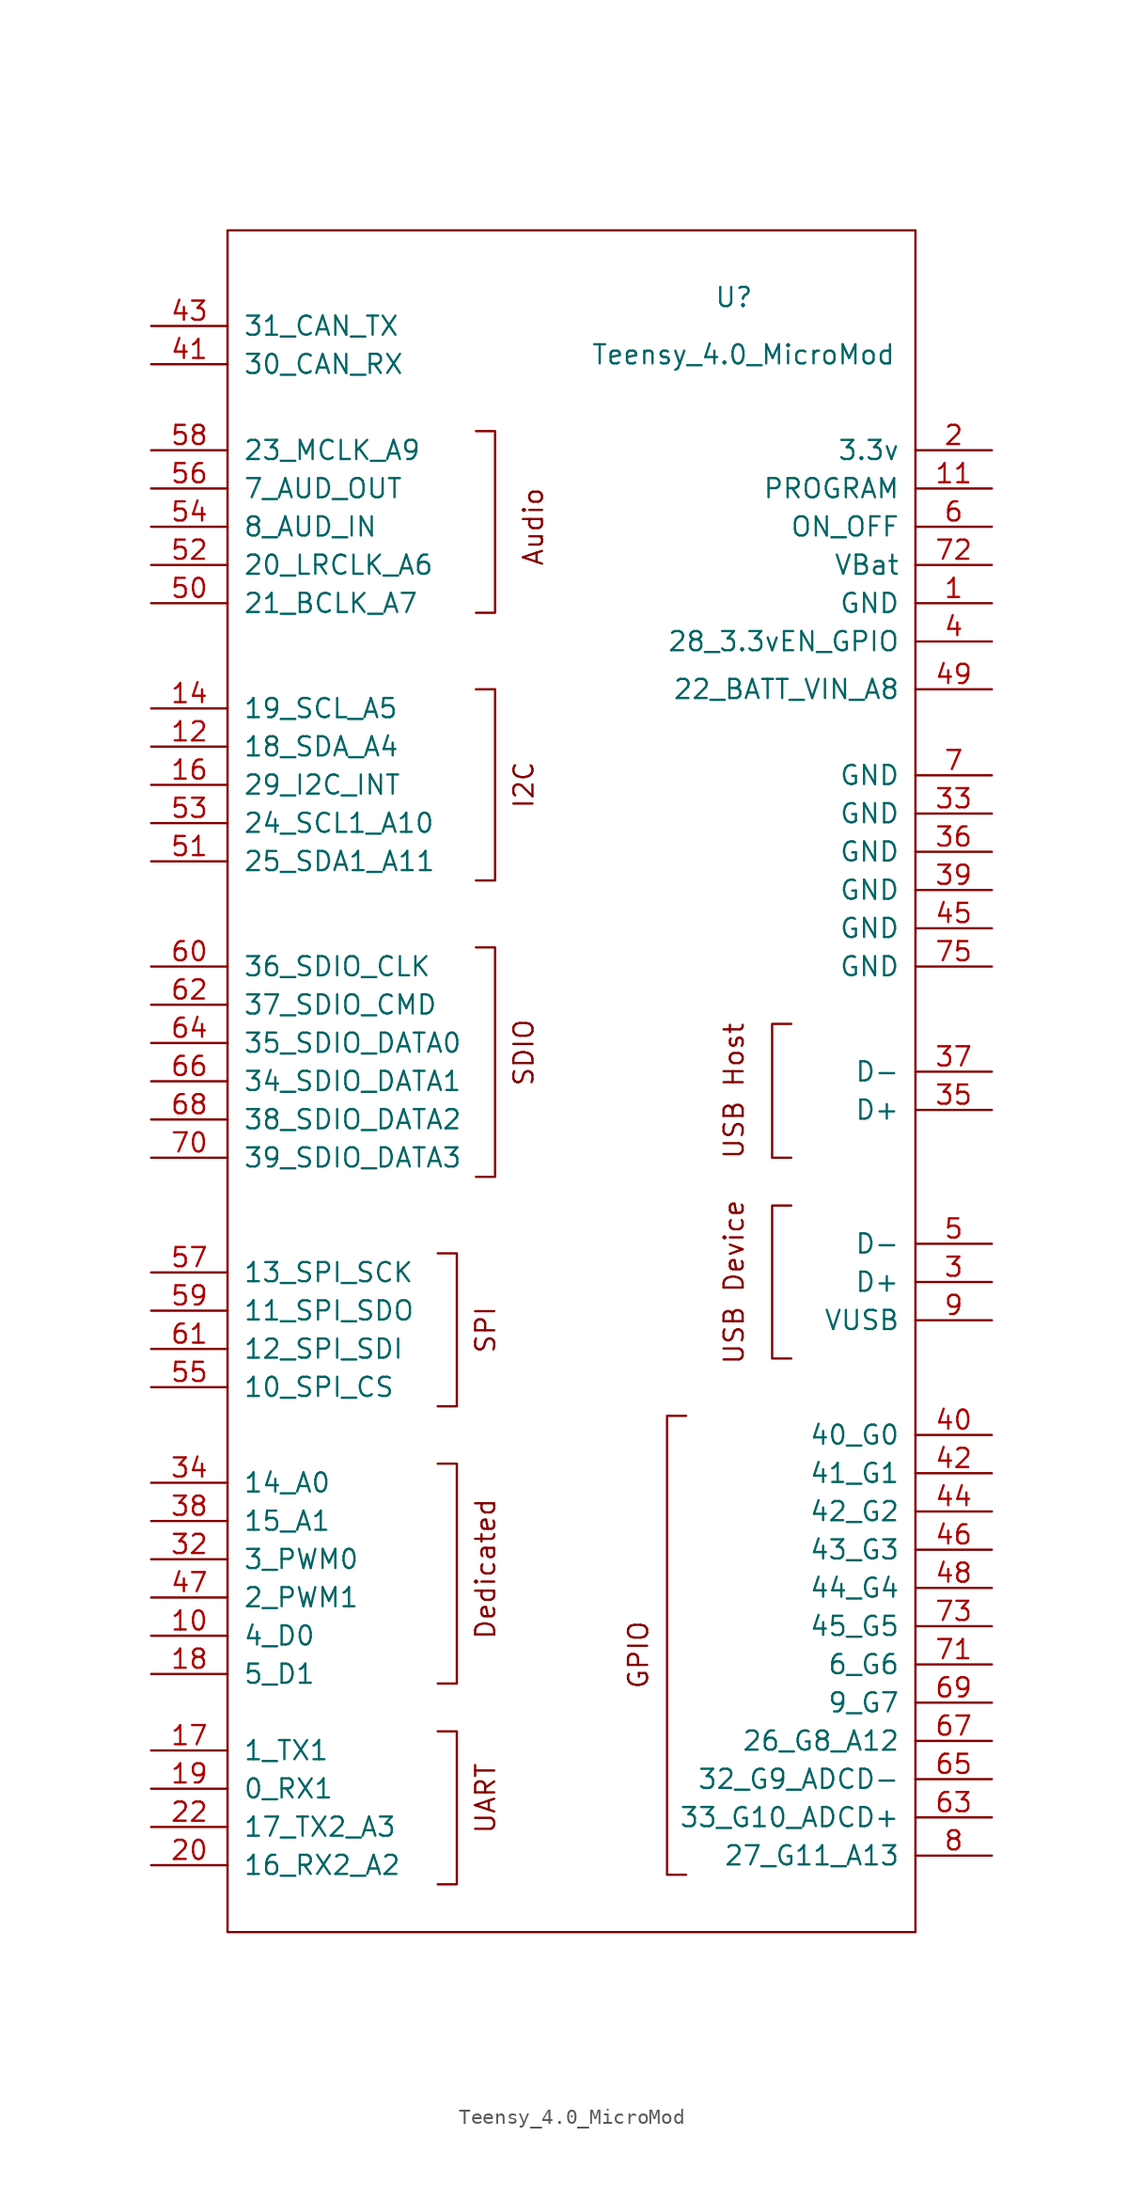
<source format=kicad_sym>
(kicad_symbol_lib
  (version 20241209)
  (generator "kicad_symbol_editor")
  (generator_version "9.0")
  (symbol "Teensy_4.0_MicroMod"
    (pin_names
      (offset 1.016))
    (property "Reference" "U"
      (at 10.795 33.02 0)
      (effects (font (size 1.27 1.27))))
    (property "Value" "Teensy_4.0_MicroMod"
      (at 11.43 29.21 0)
      (effects (font (size 1.27 1.27))))
    (symbol "Teensy_4.0_MicroMod_0_0"
      (rectangle (start -22.86 37.465) (end 22.86 -75.565) (stroke (width 0) (type solid)) (fill (type none)))
      (polyline (pts (xy -8.89 -30.48) (xy -7.62 -30.48) (xy -7.62 -40.64) (xy -8.89 -40.64)) (stroke (width 0) (type solid)) (fill (type none)))
      (polyline (pts (xy -8.89 -44.45) (xy -7.62 -44.45) (xy -7.62 -59.055) (xy -8.89 -59.055)) (stroke (width 0) (type solid)) (fill (type none)))
      (polyline (pts (xy -8.89 -62.23) (xy -7.62 -62.23) (xy -7.62 -72.39) (xy -8.89 -72.39)) (stroke (width 0) (type solid)) (fill (type none)))
      (polyline (pts (xy -6.35 12.065) (xy -5.08 12.065) (xy -5.08 24.13) (xy -6.35 24.13)) (stroke (width 0) (type solid)) (fill (type none)))
      (polyline (pts (xy -6.35 6.985) (xy -5.08 6.985) (xy -5.08 -5.715) (xy -6.35 -5.715)) (stroke (width 0) (type solid)) (fill (type none)))
      (polyline (pts (xy -6.35 -10.16) (xy -5.08 -10.16) (xy -5.08 -25.4) (xy -6.35 -25.4)) (stroke (width 0) (type solid)) (fill (type none)))
      (polyline (pts (xy 7.62 -41.275) (xy 6.35 -41.275) (xy 6.35 -71.755) (xy 7.62 -71.755)) (stroke (width 0) (type solid)) (fill (type none)))
      (text "SPI" (at -5.715 -35.56 900) (effects (font (size 1.27 1.27))))
      (text "Dedicated" (at -5.715 -51.435 900) (effects (font (size 1.27 1.27))))
      (text "UART" (at -5.715 -66.675 900) (effects (font (size 1.27 1.27))))
      (text "I2C" (at -3.175 0.635 900) (effects (font (size 1.27 1.27))))
      (text "SDIO" (at -3.175 -17.145 900) (effects (font (size 1.27 1.27))))
      (text "Audio" (at -2.54 17.78 900) (effects (font (size 1.27 1.27))))
      (text "GPIO" (at 4.445 -57.15 900) (effects (font (size 1.27 1.27))))
      (text "USB Host" (at 10.795 -19.685 900) (effects (font (size 1.27 1.27))))
      (text "USB Device" (at 10.795 -32.385 900) (effects (font (size 1.27 1.27))))
      (pin input line (at 27.94 20.32 180) (length 5.08) (name "PROGRAM" (effects (font (size 1.27 1.27)))) (number "11" (effects (font (size 1.27 1.27)))))
      (pin input line (at 27.94 17.78 180) (length 5.08) (name "ON_OFF" (effects (font (size 1.27 1.27)))) (number "6" (effects (font (size 1.27 1.27)))))
      (pin input line (at 27.94 15.24 180) (length 5.08) (name "VBat" (effects (font (size 1.27 1.27)))) (number "72" (effects (font (size 1.27 1.27)))))
      (pin power_in line (at 27.94 1.27 180) (length 5.08) (name "GND" (effects (font (size 1.27 1.27)))) (number "7" (effects (font (size 1.27 1.27)))))
      (pin power_in line (at 27.94 -1.27 180) (length 5.08) (name "GND" (effects (font (size 1.27 1.27)))) (number "33" (effects (font (size 1.27 1.27)))))
      (pin power_in line (at 27.94 -3.81 180) (length 5.08) (name "GND" (effects (font (size 1.27 1.27)))) (number "36" (effects (font (size 1.27 1.27)))))
      (pin power_in line (at 27.94 -6.35 180) (length 5.08) (name "GND" (effects (font (size 1.27 1.27)))) (number "39" (effects (font (size 1.27 1.27)))))
      (pin power_in line (at 27.94 -8.89 180) (length 5.08) (name "GND" (effects (font (size 1.27 1.27)))) (number "45" (effects (font (size 1.27 1.27)))))
      (pin power_in line (at 27.94 -11.43 180) (length 5.08) (name "GND" (effects (font (size 1.27 1.27)))) (number "75" (effects (font (size 1.27 1.27)))))
      (pin bidirectional line (at 27.94 -18.415 180) (length 5.08) (name "D-" (effects (font (size 1.27 1.27)))) (number "37" (effects (font (size 1.27 1.27)))))
      (pin bidirectional line (at 27.94 -20.955 180) (length 5.08) (name "D+" (effects (font (size 1.27 1.27)))) (number "35" (effects (font (size 1.27 1.27)))))
      (pin bidirectional line (at 27.94 -29.845 180) (length 5.08) (name "D-" (effects (font (size 1.27 1.27)))) (number "5" (effects (font (size 1.27 1.27)))))
      (pin bidirectional line (at 27.94 -32.385 180) (length 5.08) (name "D+" (effects (font (size 1.27 1.27)))) (number "3" (effects (font (size 1.27 1.27)))))
      (pin power_in line (at 27.94 -34.925 180) (length 5.08) (name "VUSB" (effects (font (size 1.27 1.27)))) (number "9" (effects (font (size 1.27 1.27))))))
    (symbol "Teensy_4.0_MicroMod_0_1"
      (polyline (pts (xy 14.605 -15.24) (xy 13.335 -15.24) (xy 13.335 -24.13) (xy 14.605 -24.13)) (stroke (width 0) (type solid)) (fill (type none)))
      (polyline (pts (xy 14.605 -27.305) (xy 13.335 -27.305) (xy 13.335 -37.465) (xy 14.605 -37.465)) (stroke (width 0) (type solid)) (fill (type none))))
    (symbol "Teensy_4.0_MicroMod_1_1"
      (pin input line (at -27.94 31.115 0) (length 5.08) (name "31_CAN_TX" (effects (font (size 1.27 1.27)))) (number "43" (effects (font (size 1.27 1.27)))))
      (pin input line (at -27.94 28.575 0) (length 5.08) (name "30_CAN_RX" (effects (font (size 1.27 1.27)))) (number "41" (effects (font (size 1.27 1.27)))))
      (pin input line (at -27.94 22.86 0) (length 5.08) (name "23_MCLK_A9" (effects (font (size 1.27 1.27)))) (number "58" (effects (font (size 1.27 1.27)))))
      (pin input line (at -27.94 20.32 0) (length 5.08) (name "7_AUD_OUT" (effects (font (size 1.27 1.27)))) (number "56" (effects (font (size 1.27 1.27)))))
      (pin input line (at -27.94 17.78 0) (length 5.08) (name "8_AUD_IN" (effects (font (size 1.27 1.27)))) (number "54" (effects (font (size 1.27 1.27)))))
      (pin input line (at -27.94 15.24 0) (length 5.08) (name "20_LRCLK_A6" (effects (font (size 1.27 1.27)))) (number "52" (effects (font (size 1.27 1.27)))))
      (pin input line (at -27.94 12.7 0) (length 5.08) (name "21_BCLK_A7" (effects (font (size 1.27 1.27)))) (number "50" (effects (font (size 1.27 1.27)))))
      (pin input line (at -27.94 5.715 0) (length 5.08) (name "19_SCL_A5" (effects (font (size 1.27 1.27)))) (number "14" (effects (font (size 1.27 1.27)))))
      (pin input line (at -27.94 3.175 0) (length 5.08) (name "18_SDA_A4" (effects (font (size 1.27 1.27)))) (number "12" (effects (font (size 1.27 1.27)))))
      (pin input line (at -27.94 0.635 0) (length 5.08) (name "29_I2C_INT" (effects (font (size 1.27 1.27)))) (number "16" (effects (font (size 1.27 1.27)))))
      (pin input line (at -27.94 -1.905 0) (length 5.08) (name "24_SCL1_A10" (effects (font (size 1.27 1.27)))) (number "53" (effects (font (size 1.27 1.27)))))
      (pin input line (at -27.94 -4.445 0) (length 5.08) (name "25_SDA1_A11" (effects (font (size 1.27 1.27)))) (number "51" (effects (font (size 1.27 1.27)))))
      (pin input line (at -27.94 -11.43 0) (length 5.08) (name "36_SDIO_CLK" (effects (font (size 1.27 1.27)))) (number "60" (effects (font (size 1.27 1.27)))))
      (pin input line (at -27.94 -13.97 0) (length 5.08) (name "37_SDIO_CMD" (effects (font (size 1.27 1.27)))) (number "62" (effects (font (size 1.27 1.27)))))
      (pin input line (at -27.94 -16.51 0) (length 5.08) (name "35_SDIO_DATA0" (effects (font (size 1.27 1.27)))) (number "64" (effects (font (size 1.27 1.27)))))
      (pin input line (at -27.94 -19.05 0) (length 5.08) (name "34_SDIO_DATA1" (effects (font (size 1.27 1.27)))) (number "66" (effects (font (size 1.27 1.27)))))
      (pin input line (at -27.94 -21.59 0) (length 5.08) (name "38_SDIO_DATA2" (effects (font (size 1.27 1.27)))) (number "68" (effects (font (size 1.27 1.27)))))
      (pin input line (at -27.94 -24.13 0) (length 5.08) (name "39_SDIO_DATA3" (effects (font (size 1.27 1.27)))) (number "70" (effects (font (size 1.27 1.27)))))
      (pin input line (at -27.94 -31.75 0) (length 5.08) (name "13_SPI_SCK" (effects (font (size 1.27 1.27)))) (number "57" (effects (font (size 1.27 1.27)))))
      (pin input line (at -27.94 -34.29 0) (length 5.08) (name "11_SPI_SDO" (effects (font (size 1.27 1.27)))) (number "59" (effects (font (size 1.27 1.27)))))
      (pin input line (at -27.94 -36.83 0) (length 5.08) (name "12_SPI_SDI" (effects (font (size 1.27 1.27)))) (number "61" (effects (font (size 1.27 1.27)))))
      (pin input line (at -27.94 -39.37 0) (length 5.08) (name "10_SPI_CS" (effects (font (size 1.27 1.27)))) (number "55" (effects (font (size 1.27 1.27)))))
      (pin input line (at -27.94 -45.72 0) (length 5.08) (name "14_A0" (effects (font (size 1.27 1.27)))) (number "34" (effects (font (size 1.27 1.27)))))
      (pin input line (at -27.94 -48.26 0) (length 5.08) (name "15_A1" (effects (font (size 1.27 1.27)))) (number "38" (effects (font (size 1.27 1.27)))))
      (pin input line (at -27.94 -50.8 0) (length 5.08) (name "3_PWM0" (effects (font (size 1.27 1.27)))) (number "32" (effects (font (size 1.27 1.27)))))
      (pin input line (at -27.94 -53.34 0) (length 5.08) (name "2_PWM1" (effects (font (size 1.27 1.27)))) (number "47" (effects (font (size 1.27 1.27)))))
      (pin input line (at -27.94 -55.88 0) (length 5.08) (name "4_D0" (effects (font (size 1.27 1.27)))) (number "10" (effects (font (size 1.27 1.27)))))
      (pin input line (at -27.94 -58.42 0) (length 5.08) (name "5_D1" (effects (font (size 1.27 1.27)))) (number "18" (effects (font (size 1.27 1.27)))))
      (pin input line (at -27.94 -63.5 0) (length 5.08) (name "1_TX1" (effects (font (size 1.27 1.27)))) (number "17" (effects (font (size 1.27 1.27)))))
      (pin input line (at -27.94 -66.04 0) (length 5.08) (name "0_RX1" (effects (font (size 1.27 1.27)))) (number "19" (effects (font (size 1.27 1.27)))))
      (pin input line (at -27.94 -68.58 0) (length 5.08) (name "17_TX2_A3" (effects (font (size 1.27 1.27)))) (number "22" (effects (font (size 1.27 1.27)))))
      (pin input line (at -27.94 -71.12 0) (length 5.08) (name "16_RX2_A2" (effects (font (size 1.27 1.27)))) (number "20" (effects (font (size 1.27 1.27)))))
      (pin input line (at 27.94 22.86 180) (length 5.08) (name "3.3v" (effects (font (size 1.27 1.27)))) (number "2" (effects (font (size 1.27 1.27)))))
      (pin input line (at 27.94 12.7 180) (length 5.08) (name "GND" (effects (font (size 1.27 1.27)))) (number "1" (effects (font (size 1.27 1.27)))))
      (pin input line (at 27.94 10.16 180) (length 5.08) (name "28_3.3vEN_GPIO" (effects (font (size 1.27 1.27)))) (number "4" (effects (font (size 1.27 1.27)))))
      (pin input line (at 27.94 6.985 180) (length 5.08) (name "22_BATT_VIN_A8" (effects (font (size 1.27 1.27)))) (number "49" (effects (font (size 1.27 1.27)))))
      (pin input line (at 27.94 -42.545 180) (length 5.08) (name "40_G0" (effects (font (size 1.27 1.27)))) (number "40" (effects (font (size 1.27 1.27)))))
      (pin input line (at 27.94 -45.085 180) (length 5.08) (name "41_G1" (effects (font (size 1.27 1.27)))) (number "42" (effects (font (size 1.27 1.27)))))
      (pin input line (at 27.94 -47.625 180) (length 5.08) (name "42_G2" (effects (font (size 1.27 1.27)))) (number "44" (effects (font (size 1.27 1.27)))))
      (pin input line (at 27.94 -50.165 180) (length 5.08) (name "43_G3" (effects (font (size 1.27 1.27)))) (number "46" (effects (font (size 1.27 1.27)))))
      (pin input line (at 27.94 -52.705 180) (length 5.08) (name "44_G4" (effects (font (size 1.27 1.27)))) (number "48" (effects (font (size 1.27 1.27)))))
      (pin input line (at 27.94 -55.245 180) (length 5.08) (name "45_G5" (effects (font (size 1.27 1.27)))) (number "73" (effects (font (size 1.27 1.27)))))
      (pin input line (at 27.94 -57.785 180) (length 5.08) (name "6_G6" (effects (font (size 1.27 1.27)))) (number "71" (effects (font (size 1.27 1.27)))))
      (pin input line (at 27.94 -60.325 180) (length 5.08) (name "9_G7" (effects (font (size 1.27 1.27)))) (number "69" (effects (font (size 1.27 1.27)))))
      (pin input line (at 27.94 -62.865 180) (length 5.08) (name "26_G8_A12" (effects (font (size 1.27 1.27)))) (number "67" (effects (font (size 1.27 1.27)))))
      (pin input line (at 27.94 -65.405 180) (length 5.08) (name "32_G9_ADCD-" (effects (font (size 1.27 1.27)))) (number "65" (effects (font (size 1.27 1.27)))))
      (pin input line (at 27.94 -67.945 180) (length 5.08) (name "33_G10_ADCD+" (effects (font (size 1.27 1.27)))) (number "63" (effects (font (size 1.27 1.27)))))
      (pin input line (at 27.94 -70.485 180) (length 5.08) (name "27_G11_A13" (effects (font (size 1.27 1.27)))) (number "8" (effects (font (size 1.27 1.27))))))))
</source>
